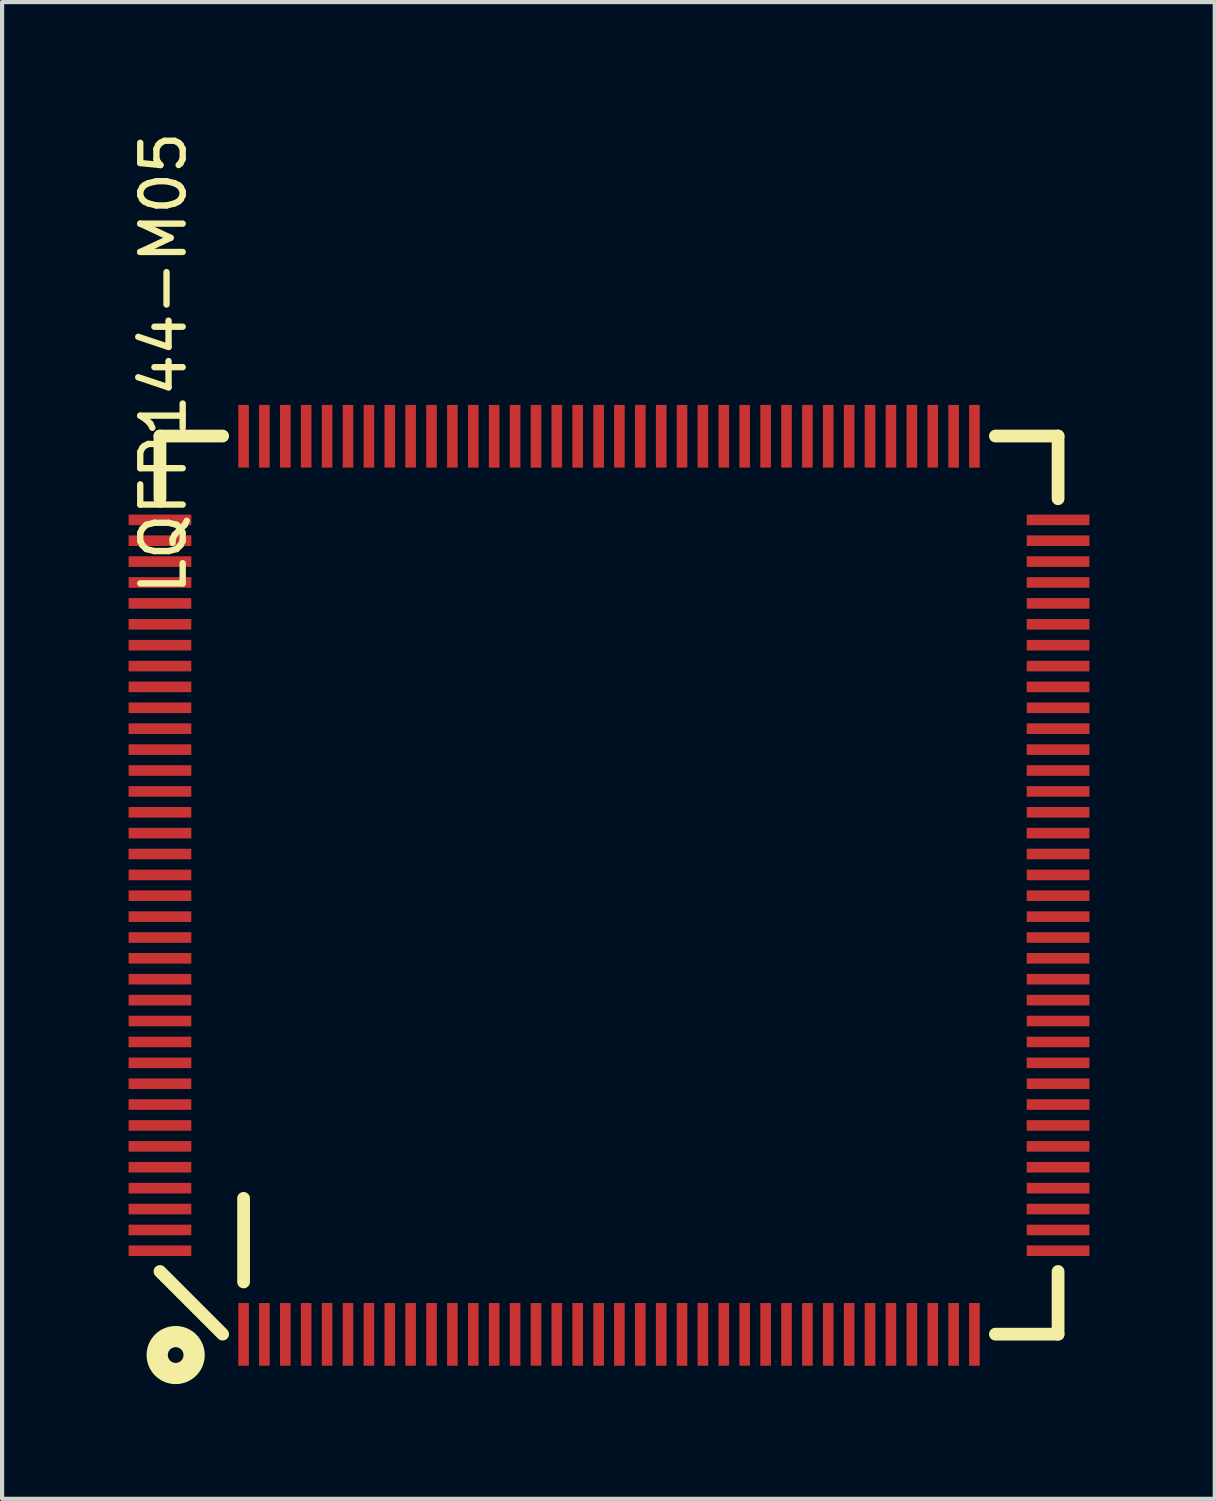
<source format=kicad_pcb>
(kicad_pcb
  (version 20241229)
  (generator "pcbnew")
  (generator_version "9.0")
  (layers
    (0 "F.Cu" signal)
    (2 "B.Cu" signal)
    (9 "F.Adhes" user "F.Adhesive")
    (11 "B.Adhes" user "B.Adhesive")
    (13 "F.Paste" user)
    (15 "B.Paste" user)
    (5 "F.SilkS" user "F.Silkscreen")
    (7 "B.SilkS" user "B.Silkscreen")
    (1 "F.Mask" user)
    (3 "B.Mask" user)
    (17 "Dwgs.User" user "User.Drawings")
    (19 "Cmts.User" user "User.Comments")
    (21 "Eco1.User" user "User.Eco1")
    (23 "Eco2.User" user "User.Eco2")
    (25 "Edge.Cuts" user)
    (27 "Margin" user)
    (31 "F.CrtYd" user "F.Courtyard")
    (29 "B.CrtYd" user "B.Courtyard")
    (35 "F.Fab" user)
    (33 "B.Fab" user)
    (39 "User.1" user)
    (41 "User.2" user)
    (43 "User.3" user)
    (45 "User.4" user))
  (footprint "LQFP144-M05"
    (layer "F.Cu")
    (at 11.526 18.14)
    (property "Reference" "LQFP144-M05" (at -10.665 -12.498 90) (layer "F.SilkS") (effects (font (size 1.016 1.016) (thickness 0.152))))
    (attr smd)
    (fp_line (start -10.747 -10.752) (end -9.246 -10.752) (stroke (width 0.305) (type solid)) (layer "F.SilkS"))
    (fp_line (start -10.747 -9.251) (end -10.747 -10.752) (stroke (width 0.305) (type solid)) (layer "F.SilkS"))
    (fp_line (start -10.747 9.246) (end -9.246 10.747) (stroke (width 0.305) (type solid)) (layer "F.SilkS"))
    (fp_line (start -8.745 9.497) (end -8.745 7.496) (stroke (width 0.305) (type solid)) (layer "F.SilkS"))
    (fp_line (start 10.752 -10.752) (end 9.251 -10.752) (stroke (width 0.305) (type solid)) (layer "F.SilkS"))
    (fp_line (start 10.752 -9.251) (end 10.752 -10.752) (stroke (width 0.305) (type solid)) (layer "F.SilkS"))
    (fp_line (start 10.752 9.246) (end 10.752 10.747) (stroke (width 0.305) (type solid)) (layer "F.SilkS"))
    (fp_line (start 10.752 10.747) (end 9.251 10.747) (stroke (width 0.305) (type solid)) (layer "F.SilkS"))
    (fp_circle (center -10.371 11.247) (end -10.183 11.247) (stroke (width 0.508) (type solid)) (fill no) (layer "F.SilkS"))
    (pad "1" smd rect (at -8.745 10.752) (size 0.254 1.501) (layers "F.Cu" "F.Mask" "F.Paste"))
    (pad "2" smd rect (at -8.247 10.752) (size 0.254 1.501) (layers "F.Cu" "F.Mask" "F.Paste"))
    (pad "3" smd rect (at -7.747 10.752) (size 0.254 1.501) (layers "F.Cu" "F.Mask" "F.Paste"))
    (pad "4" smd rect (at -7.247 10.752) (size 0.254 1.501) (layers "F.Cu" "F.Mask" "F.Paste"))
    (pad "5" smd rect (at -6.746 10.752) (size 0.254 1.501) (layers "F.Cu" "F.Mask" "F.Paste"))
    (pad "6" smd rect (at -6.246 10.752) (size 0.254 1.501) (layers "F.Cu" "F.Mask" "F.Paste"))
    (pad "7" smd rect (at -5.745 10.752) (size 0.254 1.501) (layers "F.Cu" "F.Mask" "F.Paste"))
    (pad "8" smd rect (at -5.245 10.752) (size 0.254 1.501) (layers "F.Cu" "F.Mask" "F.Paste"))
    (pad "9" smd rect (at -4.747 10.752) (size 0.254 1.501) (layers "F.Cu" "F.Mask" "F.Paste"))
    (pad "10" smd rect (at -4.247 10.752) (size 0.254 1.501) (layers "F.Cu" "F.Mask" "F.Paste"))
    (pad "11" smd rect (at -3.747 10.752) (size 0.254 1.501) (layers "F.Cu" "F.Mask" "F.Paste"))
    (pad "12" smd rect (at -3.246 10.752) (size 0.254 1.501) (layers "F.Cu" "F.Mask" "F.Paste"))
    (pad "13" smd rect (at -2.746 10.752) (size 0.254 1.501) (layers "F.Cu" "F.Mask" "F.Paste"))
    (pad "14" smd rect (at -2.245 10.752) (size 0.254 1.501) (layers "F.Cu" "F.Mask" "F.Paste"))
    (pad "15" smd rect (at -1.745 10.752) (size 0.254 1.501) (layers "F.Cu" "F.Mask" "F.Paste"))
    (pad "16" smd rect (at -1.247 10.752) (size 0.254 1.501) (layers "F.Cu" "F.Mask" "F.Paste"))
    (pad "17" smd rect (at -0.747 10.752) (size 0.254 1.501) (layers "F.Cu" "F.Mask" "F.Paste"))
    (pad "18" smd rect (at -0.246 10.752) (size 0.254 1.501) (layers "F.Cu" "F.Mask" "F.Paste"))
    (pad "19" smd rect (at 0.251 10.752) (size 0.254 1.501) (layers "F.Cu" "F.Mask" "F.Paste"))
    (pad "20" smd rect (at 0.752 10.752) (size 0.254 1.501) (layers "F.Cu" "F.Mask" "F.Paste"))
    (pad "21" smd rect (at 1.252 10.752) (size 0.254 1.501) (layers "F.Cu" "F.Mask" "F.Paste"))
    (pad "22" smd rect (at 1.75 10.752) (size 0.254 1.501) (layers "F.Cu" "F.Mask" "F.Paste"))
    (pad "23" smd rect (at 2.25 10.752) (size 0.254 1.501) (layers "F.Cu" "F.Mask" "F.Paste"))
    (pad "24" smd rect (at 2.751 10.752) (size 0.254 1.501) (layers "F.Cu" "F.Mask" "F.Paste"))
    (pad "25" smd rect (at 3.251 10.752) (size 0.254 1.501) (layers "F.Cu" "F.Mask" "F.Paste"))
    (pad "26" smd rect (at 3.752 10.752) (size 0.254 1.501) (layers "F.Cu" "F.Mask" "F.Paste"))
    (pad "27" smd rect (at 4.252 10.752) (size 0.254 1.501) (layers "F.Cu" "F.Mask" "F.Paste"))
    (pad "28" smd rect (at 4.752 10.752) (size 0.254 1.501) (layers "F.Cu" "F.Mask" "F.Paste"))
    (pad "29" smd rect (at 5.25 10.752) (size 0.254 1.501) (layers "F.Cu" "F.Mask" "F.Paste"))
    (pad "30" smd rect (at 5.751 10.752) (size 0.254 1.501) (layers "F.Cu" "F.Mask" "F.Paste"))
    (pad "31" smd rect (at 6.251 10.752) (size 0.254 1.501) (layers "F.Cu" "F.Mask" "F.Paste"))
    (pad "32" smd rect (at 6.751 10.752) (size 0.254 1.501) (layers "F.Cu" "F.Mask" "F.Paste"))
    (pad "33" smd rect (at 7.252 10.752) (size 0.254 1.501) (layers "F.Cu" "F.Mask" "F.Paste"))
    (pad "34" smd rect (at 7.752 10.752) (size 0.254 1.501) (layers "F.Cu" "F.Mask" "F.Paste"))
    (pad "35" smd rect (at 8.252 10.752) (size 0.254 1.501) (layers "F.Cu" "F.Mask" "F.Paste"))
    (pad "36" smd rect (at 8.75 10.752) (size 0.254 1.501) (layers "F.Cu" "F.Mask" "F.Paste"))
    (pad "37" smd rect (at 10.752 8.75 90) (size 0.254 1.501) (layers "F.Cu" "F.Mask" "F.Paste"))
    (pad "38" smd rect (at 10.752 8.252 90) (size 0.254 1.501) (layers "F.Cu" "F.Mask" "F.Paste"))
    (pad "39" smd rect (at 10.752 7.752 90) (size 0.254 1.501) (layers "F.Cu" "F.Mask" "F.Paste"))
    (pad "40" smd rect (at 10.752 7.252 90) (size 0.254 1.501) (layers "F.Cu" "F.Mask" "F.Paste"))
    (pad "41" smd rect (at 10.752 6.751 90) (size 0.254 1.501) (layers "F.Cu" "F.Mask" "F.Paste"))
    (pad "42" smd rect (at 10.752 6.251 90) (size 0.254 1.501) (layers "F.Cu" "F.Mask" "F.Paste"))
    (pad "43" smd rect (at 10.752 5.751 90) (size 0.254 1.501) (layers "F.Cu" "F.Mask" "F.Paste"))
    (pad "44" smd rect (at 10.752 5.25 90) (size 0.254 1.501) (layers "F.Cu" "F.Mask" "F.Paste"))
    (pad "45" smd rect (at 10.752 4.752 90) (size 0.254 1.501) (layers "F.Cu" "F.Mask" "F.Paste"))
    (pad "46" smd rect (at 10.752 4.252 90) (size 0.254 1.501) (layers "F.Cu" "F.Mask" "F.Paste"))
    (pad "47" smd rect (at 10.752 3.752 90) (size 0.254 1.501) (layers "F.Cu" "F.Mask" "F.Paste"))
    (pad "48" smd rect (at 10.752 3.251 90) (size 0.254 1.501) (layers "F.Cu" "F.Mask" "F.Paste"))
    (pad "49" smd rect (at 10.752 2.751 90) (size 0.254 1.501) (layers "F.Cu" "F.Mask" "F.Paste"))
    (pad "50" smd rect (at 10.752 2.25 90) (size 0.254 1.501) (layers "F.Cu" "F.Mask" "F.Paste"))
    (pad "51" smd rect (at 10.752 1.75 90) (size 0.254 1.501) (layers "F.Cu" "F.Mask" "F.Paste"))
    (pad "52" smd rect (at 10.752 1.252 90) (size 0.254 1.501) (layers "F.Cu" "F.Mask" "F.Paste"))
    (pad "53" smd rect (at 10.752 0.752 90) (size 0.254 1.501) (layers "F.Cu" "F.Mask" "F.Paste"))
    (pad "54" smd rect (at 10.752 0.251 90) (size 0.254 1.501) (layers "F.Cu" "F.Mask" "F.Paste"))
    (pad "55" smd rect (at 10.752 -0.246 90) (size 0.254 1.501) (layers "F.Cu" "F.Mask" "F.Paste"))
    (pad "56" smd rect (at 10.752 -0.747 90) (size 0.254 1.501) (layers "F.Cu" "F.Mask" "F.Paste"))
    (pad "57" smd rect (at 10.752 -1.247 90) (size 0.254 1.501) (layers "F.Cu" "F.Mask" "F.Paste"))
    (pad "58" smd rect (at 10.752 -1.745 90) (size 0.254 1.501) (layers "F.Cu" "F.Mask" "F.Paste"))
    (pad "59" smd rect (at 10.752 -2.245 90) (size 0.254 1.501) (layers "F.Cu" "F.Mask" "F.Paste"))
    (pad "60" smd rect (at 10.752 -2.746 90) (size 0.254 1.501) (layers "F.Cu" "F.Mask" "F.Paste"))
    (pad "61" smd rect (at 10.752 -3.246 90) (size 0.254 1.501) (layers "F.Cu" "F.Mask" "F.Paste"))
    (pad "62" smd rect (at 10.752 -3.747 90) (size 0.254 1.501) (layers "F.Cu" "F.Mask" "F.Paste"))
    (pad "63" smd rect (at 10.752 -4.247 90) (size 0.254 1.501) (layers "F.Cu" "F.Mask" "F.Paste"))
    (pad "64" smd rect (at 10.752 -4.747 90) (size 0.254 1.501) (layers "F.Cu" "F.Mask" "F.Paste"))
    (pad "65" smd rect (at 10.752 -5.245 90) (size 0.254 1.501) (layers "F.Cu" "F.Mask" "F.Paste"))
    (pad "66" smd rect (at 10.752 -5.745 90) (size 0.254 1.501) (layers "F.Cu" "F.Mask" "F.Paste"))
    (pad "67" smd rect (at 10.752 -6.246 90) (size 0.254 1.501) (layers "F.Cu" "F.Mask" "F.Paste"))
    (pad "68" smd rect (at 10.752 -6.746 90) (size 0.254 1.501) (layers "F.Cu" "F.Mask" "F.Paste"))
    (pad "69" smd rect (at 10.752 -7.247 90) (size 0.254 1.501) (layers "F.Cu" "F.Mask" "F.Paste"))
    (pad "70" smd rect (at 10.752 -7.747 90) (size 0.254 1.501) (layers "F.Cu" "F.Mask" "F.Paste"))
    (pad "71" smd rect (at 10.752 -8.247 90) (size 0.254 1.501) (layers "F.Cu" "F.Mask" "F.Paste"))
    (pad "72" smd rect (at 10.752 -8.745 90) (size 0.254 1.501) (layers "F.Cu" "F.Mask" "F.Paste"))
    (pad "73" smd rect (at 8.75 -10.747) (size 0.254 1.501) (layers "F.Cu" "F.Mask" "F.Paste"))
    (pad "74" smd rect (at 8.252 -10.747) (size 0.254 1.501) (layers "F.Cu" "F.Mask" "F.Paste"))
    (pad "75" smd rect (at 7.752 -10.747) (size 0.254 1.501) (layers "F.Cu" "F.Mask" "F.Paste"))
    (pad "76" smd rect (at 7.252 -10.747) (size 0.254 1.501) (layers "F.Cu" "F.Mask" "F.Paste"))
    (pad "77" smd rect (at 6.751 -10.747) (size 0.254 1.501) (layers "F.Cu" "F.Mask" "F.Paste"))
    (pad "78" smd rect (at 6.251 -10.747) (size 0.254 1.501) (layers "F.Cu" "F.Mask" "F.Paste"))
    (pad "79" smd rect (at 5.751 -10.747) (size 0.254 1.501) (layers "F.Cu" "F.Mask" "F.Paste"))
    (pad "80" smd rect (at 5.25 -10.747) (size 0.254 1.501) (layers "F.Cu" "F.Mask" "F.Paste"))
    (pad "81" smd rect (at 4.752 -10.747) (size 0.254 1.501) (layers "F.Cu" "F.Mask" "F.Paste"))
    (pad "82" smd rect (at 4.252 -10.747) (size 0.254 1.501) (layers "F.Cu" "F.Mask" "F.Paste"))
    (pad "83" smd rect (at 3.752 -10.747) (size 0.254 1.501) (layers "F.Cu" "F.Mask" "F.Paste"))
    (pad "84" smd rect (at 3.251 -10.747) (size 0.254 1.501) (layers "F.Cu" "F.Mask" "F.Paste"))
    (pad "85" smd rect (at 2.751 -10.747) (size 0.254 1.501) (layers "F.Cu" "F.Mask" "F.Paste"))
    (pad "86" smd rect (at 2.25 -10.747) (size 0.254 1.501) (layers "F.Cu" "F.Mask" "F.Paste"))
    (pad "87" smd rect (at 1.75 -10.747) (size 0.254 1.501) (layers "F.Cu" "F.Mask" "F.Paste"))
    (pad "88" smd rect (at 1.252 -10.747) (size 0.254 1.501) (layers "F.Cu" "F.Mask" "F.Paste"))
    (pad "89" smd rect (at 0.752 -10.747) (size 0.254 1.501) (layers "F.Cu" "F.Mask" "F.Paste"))
    (pad "90" smd rect (at 0.251 -10.747) (size 0.254 1.501) (layers "F.Cu" "F.Mask" "F.Paste"))
    (pad "91" smd rect (at -0.246 -10.747) (size 0.254 1.501) (layers "F.Cu" "F.Mask" "F.Paste"))
    (pad "92" smd rect (at -0.747 -10.747) (size 0.254 1.501) (layers "F.Cu" "F.Mask" "F.Paste"))
    (pad "93" smd rect (at -1.247 -10.747) (size 0.254 1.501) (layers "F.Cu" "F.Mask" "F.Paste"))
    (pad "94" smd rect (at -1.745 -10.747) (size 0.254 1.501) (layers "F.Cu" "F.Mask" "F.Paste"))
    (pad "95" smd rect (at -2.245 -10.747) (size 0.254 1.501) (layers "F.Cu" "F.Mask" "F.Paste"))
    (pad "96" smd rect (at -2.746 -10.747) (size 0.254 1.501) (layers "F.Cu" "F.Mask" "F.Paste"))
    (pad "97" smd rect (at -3.246 -10.747) (size 0.254 1.501) (layers "F.Cu" "F.Mask" "F.Paste"))
    (pad "98" smd rect (at -3.747 -10.747) (size 0.254 1.501) (layers "F.Cu" "F.Mask" "F.Paste"))
    (pad "99" smd rect (at -4.247 -10.747) (size 0.254 1.501) (layers "F.Cu" "F.Mask" "F.Paste"))
    (pad "100" smd rect (at -4.747 -10.747) (size 0.254 1.501) (layers "F.Cu" "F.Mask" "F.Paste"))
    (pad "101" smd rect (at -5.245 -10.747) (size 0.254 1.501) (layers "F.Cu" "F.Mask" "F.Paste"))
    (pad "102" smd rect (at -5.745 -10.747) (size 0.254 1.501) (layers "F.Cu" "F.Mask" "F.Paste"))
    (pad "103" smd rect (at -6.246 -10.747) (size 0.254 1.501) (layers "F.Cu" "F.Mask" "F.Paste"))
    (pad "104" smd rect (at -6.746 -10.747) (size 0.254 1.501) (layers "F.Cu" "F.Mask" "F.Paste"))
    (pad "105" smd rect (at -7.247 -10.747) (size 0.254 1.501) (layers "F.Cu" "F.Mask" "F.Paste"))
    (pad "106" smd rect (at -7.747 -10.747) (size 0.254 1.501) (layers "F.Cu" "F.Mask" "F.Paste"))
    (pad "107" smd rect (at -8.247 -10.747) (size 0.254 1.501) (layers "F.Cu" "F.Mask" "F.Paste"))
    (pad "108" smd rect (at -8.745 -10.747) (size 0.254 1.501) (layers "F.Cu" "F.Mask" "F.Paste"))
    (pad "109" smd rect (at -10.747 -8.745 90) (size 0.254 1.501) (layers "F.Cu" "F.Mask" "F.Paste"))
    (pad "110" smd rect (at -10.747 -8.247 90) (size 0.254 1.501) (layers "F.Cu" "F.Mask" "F.Paste"))
    (pad "111" smd rect (at -10.747 -7.747 90) (size 0.254 1.501) (layers "F.Cu" "F.Mask" "F.Paste"))
    (pad "112" smd rect (at -10.747 -7.247 90) (size 0.254 1.501) (layers "F.Cu" "F.Mask" "F.Paste"))
    (pad "113" smd rect (at -10.747 -6.746 90) (size 0.254 1.501) (layers "F.Cu" "F.Mask" "F.Paste"))
    (pad "114" smd rect (at -10.747 -6.246 90) (size 0.254 1.501) (layers "F.Cu" "F.Mask" "F.Paste"))
    (pad "115" smd rect (at -10.747 -5.745 90) (size 0.254 1.501) (layers "F.Cu" "F.Mask" "F.Paste"))
    (pad "116" smd rect (at -10.747 -5.245 90) (size 0.254 1.501) (layers "F.Cu" "F.Mask" "F.Paste"))
    (pad "117" smd rect (at -10.747 -4.747 90) (size 0.254 1.501) (layers "F.Cu" "F.Mask" "F.Paste"))
    (pad "118" smd rect (at -10.747 -4.247 90) (size 0.254 1.501) (layers "F.Cu" "F.Mask" "F.Paste"))
    (pad "119" smd rect (at -10.747 -3.747 90) (size 0.254 1.501) (layers "F.Cu" "F.Mask" "F.Paste"))
    (pad "120" smd rect (at -10.747 -3.246 90) (size 0.254 1.501) (layers "F.Cu" "F.Mask" "F.Paste"))
    (pad "121" smd rect (at -10.747 -2.746 90) (size 0.254 1.501) (layers "F.Cu" "F.Mask" "F.Paste"))
    (pad "122" smd rect (at -10.747 -2.245 90) (size 0.254 1.501) (layers "F.Cu" "F.Mask" "F.Paste"))
    (pad "123" smd rect (at -10.747 -1.745 90) (size 0.254 1.501) (layers "F.Cu" "F.Mask" "F.Paste"))
    (pad "124" smd rect (at -10.747 -1.247 90) (size 0.254 1.501) (layers "F.Cu" "F.Mask" "F.Paste"))
    (pad "125" smd rect (at -10.747 -0.747 90) (size 0.254 1.501) (layers "F.Cu" "F.Mask" "F.Paste"))
    (pad "126" smd rect (at -10.747 -0.246 90) (size 0.254 1.501) (layers "F.Cu" "F.Mask" "F.Paste"))
    (pad "127" smd rect (at -10.747 0.251 90) (size 0.254 1.501) (layers "F.Cu" "F.Mask" "F.Paste"))
    (pad "128" smd rect (at -10.747 0.752 90) (size 0.254 1.501) (layers "F.Cu" "F.Mask" "F.Paste"))
    (pad "129" smd rect (at -10.747 1.252 90) (size 0.254 1.501) (layers "F.Cu" "F.Mask" "F.Paste"))
    (pad "130" smd rect (at -10.747 1.75 90) (size 0.254 1.501) (layers "F.Cu" "F.Mask" "F.Paste"))
    (pad "131" smd rect (at -10.747 2.25 90) (size 0.254 1.501) (layers "F.Cu" "F.Mask" "F.Paste"))
    (pad "132" smd rect (at -10.747 2.751 90) (size 0.254 1.501) (layers "F.Cu" "F.Mask" "F.Paste"))
    (pad "133" smd rect (at -10.747 3.251 90) (size 0.254 1.501) (layers "F.Cu" "F.Mask" "F.Paste"))
    (pad "134" smd rect (at -10.747 3.752 90) (size 0.254 1.501) (layers "F.Cu" "F.Mask" "F.Paste"))
    (pad "135" smd rect (at -10.747 4.252 90) (size 0.254 1.501) (layers "F.Cu" "F.Mask" "F.Paste"))
    (pad "136" smd rect (at -10.747 4.752 90) (size 0.254 1.501) (layers "F.Cu" "F.Mask" "F.Paste"))
    (pad "137" smd rect (at -10.747 5.25 90) (size 0.254 1.501) (layers "F.Cu" "F.Mask" "F.Paste"))
    (pad "138" smd rect (at -10.747 5.751 90) (size 0.254 1.501) (layers "F.Cu" "F.Mask" "F.Paste"))
    (pad "139" smd rect (at -10.747 6.251 90) (size 0.254 1.501) (layers "F.Cu" "F.Mask" "F.Paste"))
    (pad "140" smd rect (at -10.747 6.751 90) (size 0.254 1.501) (layers "F.Cu" "F.Mask" "F.Paste"))
    (pad "141" smd rect (at -10.747 7.252 90) (size 0.254 1.501) (layers "F.Cu" "F.Mask" "F.Paste"))
    (pad "142" smd rect (at -10.747 7.752 90) (size 0.254 1.501) (layers "F.Cu" "F.Mask" "F.Paste"))
    (pad "143" smd rect (at -10.747 8.252 90) (size 0.254 1.501) (layers "F.Cu" "F.Mask" "F.Paste"))
    (pad "144" smd rect (at -10.747 8.75 90) (size 0.254 1.501) (layers "F.Cu" "F.Mask" "F.Paste")))
  (gr_rect
    (start -3 -3)
    (end 26.029 32.829)
    (stroke (width 0.1) (type default))
    (fill no)
    (layer "Edge.Cuts")))
</source>
